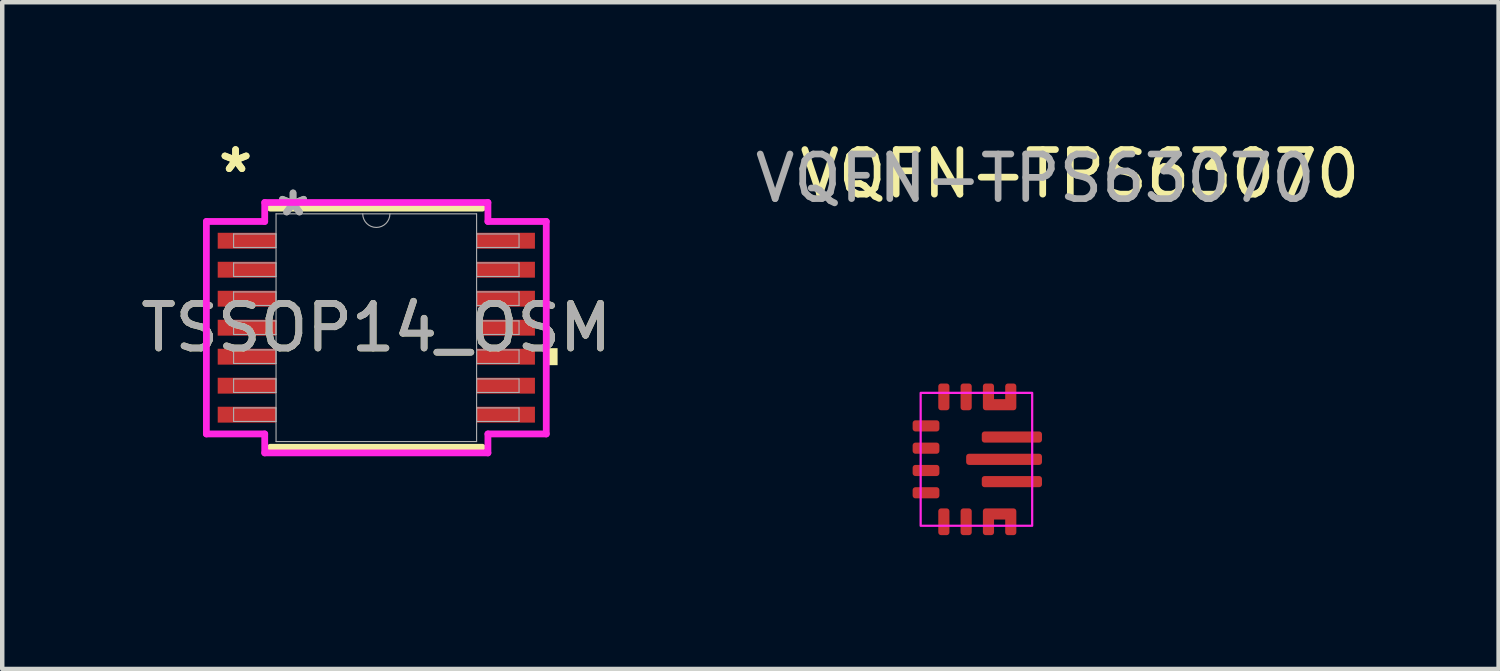
<source format=kicad_pcb>
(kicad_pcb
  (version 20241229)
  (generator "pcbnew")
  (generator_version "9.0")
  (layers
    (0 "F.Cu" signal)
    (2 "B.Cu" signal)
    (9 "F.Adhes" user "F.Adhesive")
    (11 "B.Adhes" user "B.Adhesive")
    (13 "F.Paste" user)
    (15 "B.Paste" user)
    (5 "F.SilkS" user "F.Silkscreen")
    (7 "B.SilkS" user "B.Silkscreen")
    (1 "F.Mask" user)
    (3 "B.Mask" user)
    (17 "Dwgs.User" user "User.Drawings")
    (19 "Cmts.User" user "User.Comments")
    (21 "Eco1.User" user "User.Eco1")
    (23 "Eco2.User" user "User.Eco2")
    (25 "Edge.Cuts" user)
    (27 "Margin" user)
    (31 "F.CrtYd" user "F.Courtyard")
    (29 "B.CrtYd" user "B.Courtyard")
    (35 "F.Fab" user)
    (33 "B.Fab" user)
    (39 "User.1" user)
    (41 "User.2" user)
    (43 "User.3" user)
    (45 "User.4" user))
  (footprint "VQFN-TPS63070"
    (layer "F.Cu")
    (at 18.861 7.248)
    (property "Reference" "VQFN-TPS63070" (at 2.3 -6.4 0) (unlocked yes) (layer "F.SilkS") (effects (font (size 1 1) (thickness 0.15))))
    (attr smd)
    (fp_rect (start -1.27 -1.49) (end 1.23 1.49) (stroke (width 0.05) (type default)) (fill no) (layer "F.CrtYd"))
    (fp_text user "${REFERENCE}" (at 1.3 -6.3 0) (unlocked yes) (layer "F.Fab") (effects (font (size 1 1) (thickness 0.15))))
    (pad "1" smd roundrect (at -1.15 -0.75) (size 0.6 0.25) (layers "F.Cu" "F.Mask" "F.Paste") (roundrect_rratio 0.25))
    (pad "2" smd roundrect (at -1.15 -0.25) (size 0.6 0.25) (layers "F.Cu" "F.Mask" "F.Paste") (roundrect_rratio 0.25))
    (pad "3" smd roundrect (at -1.15 0.25) (size 0.6 0.25) (layers "F.Cu" "F.Mask" "F.Paste") (roundrect_rratio 0.25))
    (pad "4" smd roundrect (at -1.15 0.75) (size 0.6 0.25) (layers "F.Cu" "F.Mask" "F.Paste") (roundrect_rratio 0.25))
    (pad "5" smd roundrect (at -0.75 1.4 90) (size 0.6 0.25) (layers "F.Cu" "F.Mask" "F.Paste") (roundrect_rratio 0.25))
    (pad "6" smd roundrect (at -0.25 1.4 90) (size 0.6 0.25) (layers "F.Cu" "F.Mask" "F.Paste") (roundrect_rratio 0.25))
    (pad "7,8" smd custom (at 0.25 1.4 90) (size 0.25 0.25) (layers "F.Cu" "F.Mask" "F.Paste") (options (anchor circle)) (primitives (gr_poly (pts (xy 0.3 -0.05) (xy 0.3 0.55) (xy 0.05 0.55) (xy 0.05 -0.05)) (width 0) (fill yes)) (gr_poly (pts (xy -0.3 0.438) (xy -0.295 0.414) (xy -0.282 0.393) (xy -0.261 0.38) (xy -0.237 0.375) (xy 0.237 0.375) (xy 0.261 0.38) (xy 0.282 0.393) (xy 0.295 0.414) (xy 0.3 0.438) (xy 0.3 0.562) (xy 0.295 0.586) (xy 0.282 0.607) (xy 0.261 0.62) (xy 0.237 0.625) (xy -0.237 0.625) (xy -0.261 0.62) (xy -0.282 0.607) (xy -0.295 0.586) (xy -0.3 0.562)) (width 0) (fill yes)) (gr_poly (pts (xy -0.3 -0.062) (xy -0.295 -0.086) (xy -0.282 -0.107) (xy -0.261 -0.12) (xy -0.237 -0.125) (xy 0.237 -0.125) (xy 0.261 -0.12) (xy 0.282 -0.107) (xy 0.295 -0.086) (xy 0.3 -0.062) (xy 0.3 0.062) (xy 0.295 0.086) (xy 0.282 0.107) (xy 0.261 0.12) (xy 0.237 0.125) (xy -0.237 0.125) (xy -0.261 0.12) (xy -0.282 0.107) (xy -0.295 0.086) (xy -0.3 0.062)) (width 0) (fill yes))))
    (pad "9" smd roundrect (at 0.775 0.5) (size 1.35 0.25) (layers "F.Cu" "F.Mask" "F.Paste") (roundrect_rratio 0.25))
    (pad "10" smd roundrect (at 0.6 0) (size 1.7 0.25) (layers "F.Cu" "F.Mask" "F.Paste") (roundrect_rratio 0.25))
    (pad "11" smd roundrect (at 0.775 -0.5) (size 1.35 0.25) (layers "F.Cu" "F.Mask" "F.Paste") (roundrect_rratio 0.25))
    (pad "12,13" smd custom (at 0.75 -1.4 270) (size 0.25 0.25) (layers "F.Cu" "F.Mask" "F.Paste") (options (anchor circle)) (primitives (gr_poly (pts (xy 0.3 -0.05) (xy 0.3 0.55) (xy 0.05 0.55) (xy 0.05 -0.05)) (width 0) (fill yes)) (gr_poly (pts (xy -0.3 0.438) (xy -0.295 0.414) (xy -0.282 0.393) (xy -0.261 0.38) (xy -0.237 0.375) (xy 0.237 0.375) (xy 0.261 0.38) (xy 0.282 0.393) (xy 0.295 0.414) (xy 0.3 0.438) (xy 0.3 0.562) (xy 0.295 0.586) (xy 0.282 0.607) (xy 0.261 0.62) (xy 0.237 0.625) (xy -0.237 0.625) (xy -0.261 0.62) (xy -0.282 0.607) (xy -0.295 0.586) (xy -0.3 0.562)) (width 0) (fill yes)) (gr_poly (pts (xy -0.3 -0.062) (xy -0.295 -0.086) (xy -0.282 -0.107) (xy -0.261 -0.12) (xy -0.237 -0.125) (xy 0.237 -0.125) (xy 0.261 -0.12) (xy 0.282 -0.107) (xy 0.295 -0.086) (xy 0.3 -0.062) (xy 0.3 0.062) (xy 0.295 0.086) (xy 0.282 0.107) (xy 0.261 0.12) (xy 0.237 0.125) (xy -0.237 0.125) (xy -0.261 0.12) (xy -0.282 0.107) (xy -0.295 0.086) (xy -0.3 0.062)) (width 0) (fill yes))))
    (pad "14" smd roundrect (at -0.25 -1.4 90) (size 0.6 0.25) (layers "F.Cu" "F.Mask" "F.Paste") (roundrect_rratio 0.25))
    (pad "15" smd roundrect (at -0.75 -1.4 90) (size 0.6 0.25) (layers "F.Cu" "F.Mask" "F.Paste") (roundrect_rratio 0.25)))
  (footprint "TSSOP14_OSM"
    (layer "F.Cu")
    (at 5.387 4.297)
    (property "Reference" "TSSOP14_OSM" (at 0 0 0) (unlocked yes) (layer "F.SilkS") (effects (font (size 1 1) (thickness 0.15))))
    (attr smd)
    (fp_line (start -2.375 2.68) (end 2.375 2.68) (stroke (width 0.152) (type solid)) (layer "F.SilkS"))
    (fp_line (start 2.375 -2.68) (end -2.375 -2.68) (stroke (width 0.152) (type solid)) (layer "F.SilkS"))
    (fp_poly (pts (xy 4.064 0.459) (xy 4.064 0.84) (xy 3.81 0.84) (xy 3.81 0.459)) (stroke (width 0) (type solid)) (fill yes) (layer "F.SilkS"))
    (fp_line (start -3.81 -2.382) (end -2.502 -2.382) (stroke (width 0.152) (type solid)) (layer "F.CrtYd"))
    (fp_line (start -3.81 2.382) (end -3.81 -2.382) (stroke (width 0.152) (type solid)) (layer "F.CrtYd"))
    (fp_line (start -3.81 2.382) (end -2.502 2.382) (stroke (width 0.152) (type solid)) (layer "F.CrtYd"))
    (fp_line (start -2.502 -2.807) (end 2.502 -2.807) (stroke (width 0.152) (type solid)) (layer "F.CrtYd"))
    (fp_line (start -2.502 -2.382) (end -2.502 -2.807) (stroke (width 0.152) (type solid)) (layer "F.CrtYd"))
    (fp_line (start -2.502 2.807) (end -2.502 2.382) (stroke (width 0.152) (type solid)) (layer "F.CrtYd"))
    (fp_line (start 2.502 -2.807) (end 2.502 -2.382) (stroke (width 0.152) (type solid)) (layer "F.CrtYd"))
    (fp_line (start 2.502 2.382) (end 2.502 2.807) (stroke (width 0.152) (type solid)) (layer "F.CrtYd"))
    (fp_line (start 2.502 2.807) (end -2.502 2.807) (stroke (width 0.152) (type solid)) (layer "F.CrtYd"))
    (fp_line (start 3.81 -2.382) (end 2.502 -2.382) (stroke (width 0.152) (type solid)) (layer "F.CrtYd"))
    (fp_line (start 3.81 -2.382) (end 3.81 2.382) (stroke (width 0.152) (type solid)) (layer "F.CrtYd"))
    (fp_line (start 3.81 2.382) (end 2.502 2.382) (stroke (width 0.152) (type solid)) (layer "F.CrtYd"))
    (fp_line (start -3.2 -2.102) (end -3.2 -1.798) (stroke (width 0.025) (type solid)) (layer "F.Fab"))
    (fp_line (start -3.2 -1.798) (end -2.248 -1.798) (stroke (width 0.025) (type solid)) (layer "F.Fab"))
    (fp_line (start -3.2 -1.452) (end -3.2 -1.148) (stroke (width 0.025) (type solid)) (layer "F.Fab"))
    (fp_line (start -3.2 -1.148) (end -2.248 -1.148) (stroke (width 0.025) (type solid)) (layer "F.Fab"))
    (fp_line (start -3.2 -0.802) (end -3.2 -0.498) (stroke (width 0.025) (type solid)) (layer "F.Fab"))
    (fp_line (start -3.2 -0.498) (end -2.248 -0.498) (stroke (width 0.025) (type solid)) (layer "F.Fab"))
    (fp_line (start -3.2 -0.152) (end -3.2 0.152) (stroke (width 0.025) (type solid)) (layer "F.Fab"))
    (fp_line (start -3.2 0.152) (end -2.248 0.152) (stroke (width 0.025) (type solid)) (layer "F.Fab"))
    (fp_line (start -3.2 0.498) (end -3.2 0.802) (stroke (width 0.025) (type solid)) (layer "F.Fab"))
    (fp_line (start -3.2 0.802) (end -2.248 0.802) (stroke (width 0.025) (type solid)) (layer "F.Fab"))
    (fp_line (start -3.2 1.148) (end -3.2 1.452) (stroke (width 0.025) (type solid)) (layer "F.Fab"))
    (fp_line (start -3.2 1.452) (end -2.248 1.452) (stroke (width 0.025) (type solid)) (layer "F.Fab"))
    (fp_line (start -3.2 1.798) (end -3.2 2.102) (stroke (width 0.025) (type solid)) (layer "F.Fab"))
    (fp_line (start -3.2 2.102) (end -2.248 2.102) (stroke (width 0.025) (type solid)) (layer "F.Fab"))
    (fp_line (start -2.248 -2.553) (end -2.248 2.553) (stroke (width 0.025) (type solid)) (layer "F.Fab"))
    (fp_line (start -2.248 -2.102) (end -3.2 -2.102) (stroke (width 0.025) (type solid)) (layer "F.Fab"))
    (fp_line (start -2.248 -1.798) (end -2.248 -2.102) (stroke (width 0.025) (type solid)) (layer "F.Fab"))
    (fp_line (start -2.248 -1.452) (end -3.2 -1.452) (stroke (width 0.025) (type solid)) (layer "F.Fab"))
    (fp_line (start -2.248 -1.148) (end -2.248 -1.452) (stroke (width 0.025) (type solid)) (layer "F.Fab"))
    (fp_line (start -2.248 -0.802) (end -3.2 -0.802) (stroke (width 0.025) (type solid)) (layer "F.Fab"))
    (fp_line (start -2.248 -0.498) (end -2.248 -0.802) (stroke (width 0.025) (type solid)) (layer "F.Fab"))
    (fp_line (start -2.248 -0.152) (end -3.2 -0.152) (stroke (width 0.025) (type solid)) (layer "F.Fab"))
    (fp_line (start -2.248 0.152) (end -2.248 -0.152) (stroke (width 0.025) (type solid)) (layer "F.Fab"))
    (fp_line (start -2.248 0.498) (end -3.2 0.498) (stroke (width 0.025) (type solid)) (layer "F.Fab"))
    (fp_line (start -2.248 0.802) (end -2.248 0.498) (stroke (width 0.025) (type solid)) (layer "F.Fab"))
    (fp_line (start -2.248 1.148) (end -3.2 1.148) (stroke (width 0.025) (type solid)) (layer "F.Fab"))
    (fp_line (start -2.248 1.452) (end -2.248 1.148) (stroke (width 0.025) (type solid)) (layer "F.Fab"))
    (fp_line (start -2.248 1.798) (end -3.2 1.798) (stroke (width 0.025) (type solid)) (layer "F.Fab"))
    (fp_line (start -2.248 2.102) (end -2.248 1.798) (stroke (width 0.025) (type solid)) (layer "F.Fab"))
    (fp_line (start -2.248 2.553) (end 2.248 2.553) (stroke (width 0.025) (type solid)) (layer "F.Fab"))
    (fp_line (start 2.248 -2.553) (end -2.248 -2.553) (stroke (width 0.025) (type solid)) (layer "F.Fab"))
    (fp_line (start 2.248 -2.102) (end 2.248 -1.798) (stroke (width 0.025) (type solid)) (layer "F.Fab"))
    (fp_line (start 2.248 -1.798) (end 3.2 -1.798) (stroke (width 0.025) (type solid)) (layer "F.Fab"))
    (fp_line (start 2.248 -1.452) (end 2.248 -1.148) (stroke (width 0.025) (type solid)) (layer "F.Fab"))
    (fp_line (start 2.248 -1.148) (end 3.2 -1.148) (stroke (width 0.025) (type solid)) (layer "F.Fab"))
    (fp_line (start 2.248 -0.802) (end 2.248 -0.498) (stroke (width 0.025) (type solid)) (layer "F.Fab"))
    (fp_line (start 2.248 -0.498) (end 3.2 -0.498) (stroke (width 0.025) (type solid)) (layer "F.Fab"))
    (fp_line (start 2.248 -0.152) (end 2.248 0.152) (stroke (width 0.025) (type solid)) (layer "F.Fab"))
    (fp_line (start 2.248 0.152) (end 3.2 0.152) (stroke (width 0.025) (type solid)) (layer "F.Fab"))
    (fp_line (start 2.248 0.498) (end 2.248 0.802) (stroke (width 0.025) (type solid)) (layer "F.Fab"))
    (fp_line (start 2.248 0.802) (end 3.2 0.802) (stroke (width 0.025) (type solid)) (layer "F.Fab"))
    (fp_line (start 2.248 1.148) (end 2.248 1.452) (stroke (width 0.025) (type solid)) (layer "F.Fab"))
    (fp_line (start 2.248 1.452) (end 3.2 1.452) (stroke (width 0.025) (type solid)) (layer "F.Fab"))
    (fp_line (start 2.248 1.798) (end 2.248 2.102) (stroke (width 0.025) (type solid)) (layer "F.Fab"))
    (fp_line (start 2.248 2.102) (end 3.2 2.102) (stroke (width 0.025) (type solid)) (layer "F.Fab"))
    (fp_line (start 2.248 2.553) (end 2.248 -2.553) (stroke (width 0.025) (type solid)) (layer "F.Fab"))
    (fp_line (start 3.2 -2.102) (end 2.248 -2.102) (stroke (width 0.025) (type solid)) (layer "F.Fab"))
    (fp_line (start 3.2 -1.798) (end 3.2 -2.102) (stroke (width 0.025) (type solid)) (layer "F.Fab"))
    (fp_line (start 3.2 -1.452) (end 2.248 -1.452) (stroke (width 0.025) (type solid)) (layer "F.Fab"))
    (fp_line (start 3.2 -1.148) (end 3.2 -1.452) (stroke (width 0.025) (type solid)) (layer "F.Fab"))
    (fp_line (start 3.2 -0.802) (end 2.248 -0.802) (stroke (width 0.025) (type solid)) (layer "F.Fab"))
    (fp_line (start 3.2 -0.498) (end 3.2 -0.802) (stroke (width 0.025) (type solid)) (layer "F.Fab"))
    (fp_line (start 3.2 -0.152) (end 2.248 -0.152) (stroke (width 0.025) (type solid)) (layer "F.Fab"))
    (fp_line (start 3.2 0.152) (end 3.2 -0.152) (stroke (width 0.025) (type solid)) (layer "F.Fab"))
    (fp_line (start 3.2 0.498) (end 2.248 0.498) (stroke (width 0.025) (type solid)) (layer "F.Fab"))
    (fp_line (start 3.2 0.802) (end 3.2 0.498) (stroke (width 0.025) (type solid)) (layer "F.Fab"))
    (fp_line (start 3.2 1.148) (end 2.248 1.148) (stroke (width 0.025) (type solid)) (layer "F.Fab"))
    (fp_line (start 3.2 1.452) (end 3.2 1.148) (stroke (width 0.025) (type solid)) (layer "F.Fab"))
    (fp_line (start 3.2 1.798) (end 2.248 1.798) (stroke (width 0.025) (type solid)) (layer "F.Fab"))
    (fp_line (start 3.2 2.102) (end 3.2 1.798) (stroke (width 0.025) (type solid)) (layer "F.Fab"))
    (fp_arc (start 0.3048 -2.5527) (mid 0 -2.2479) (end -0.3048 -2.5527) (stroke (width 0.0254) (type solid)) (layer "F.Fab"))
    (fp_text user "*" (at -3.156 -3.449 0) (layer "F.SilkS") (effects (font (size 1 1) (thickness 0.15))))
    (fp_text user "*" (at -3.156 -3.449 0) (unlocked yes) (layer "F.SilkS") (effects (font (size 1 1) (thickness 0.15))))
    (fp_text user "*" (at -1.867 -2.477 0) (layer "F.Fab") (effects (font (size 1 1) (thickness 0.15))))
    (fp_text user "${REFERENCE}" (at 0 0 0) (unlocked yes) (layer "F.Fab") (effects (font (size 1 1) (thickness 0.15))))
    (fp_text user "*" (at -1.867 -2.477 0) (unlocked yes) (layer "F.Fab") (effects (font (size 1 1) (thickness 0.15))))
    (pad "1" smd rect (at -2.902 -1.95) (size 1.308 0.356) (layers "F.Cu" "F.Mask" "F.Paste"))
    (pad "2" smd rect (at -2.902 -1.3) (size 1.308 0.356) (layers "F.Cu" "F.Mask" "F.Paste"))
    (pad "3" smd rect (at -2.902 -0.65) (size 1.308 0.356) (layers "F.Cu" "F.Mask" "F.Paste"))
    (pad "4" smd rect (at -2.902 0) (size 1.308 0.356) (layers "F.Cu" "F.Mask" "F.Paste"))
    (pad "5" smd rect (at -2.902 0.65) (size 1.308 0.356) (layers "F.Cu" "F.Mask" "F.Paste"))
    (pad "6" smd rect (at -2.902 1.3) (size 1.308 0.356) (layers "F.Cu" "F.Mask" "F.Paste"))
    (pad "7" smd rect (at -2.902 1.95) (size 1.308 0.356) (layers "F.Cu" "F.Mask" "F.Paste"))
    (pad "8" smd rect (at 2.902 1.95) (size 1.308 0.356) (layers "F.Cu" "F.Mask" "F.Paste"))
    (pad "9" smd rect (at 2.902 1.3) (size 1.308 0.356) (layers "F.Cu" "F.Mask" "F.Paste"))
    (pad "10" smd rect (at 2.902 0.65) (size 1.308 0.356) (layers "F.Cu" "F.Mask" "F.Paste"))
    (pad "11" smd rect (at 2.902 0) (size 1.308 0.356) (layers "F.Cu" "F.Mask" "F.Paste"))
    (pad "12" smd rect (at 2.902 -0.65) (size 1.308 0.356) (layers "F.Cu" "F.Mask" "F.Paste"))
    (pad "13" smd rect (at 2.902 -1.3) (size 1.308 0.356) (layers "F.Cu" "F.Mask" "F.Paste"))
    (pad "14" smd rect (at 2.902 -1.95) (size 1.308 0.356) (layers "F.Cu" "F.Mask" "F.Paste")))
  (gr_rect
    (start -3 -3)
    (end 30.548 11.948)
    (stroke (width 0.1) (type default))
    (fill no)
    (layer "Edge.Cuts")))
</source>
